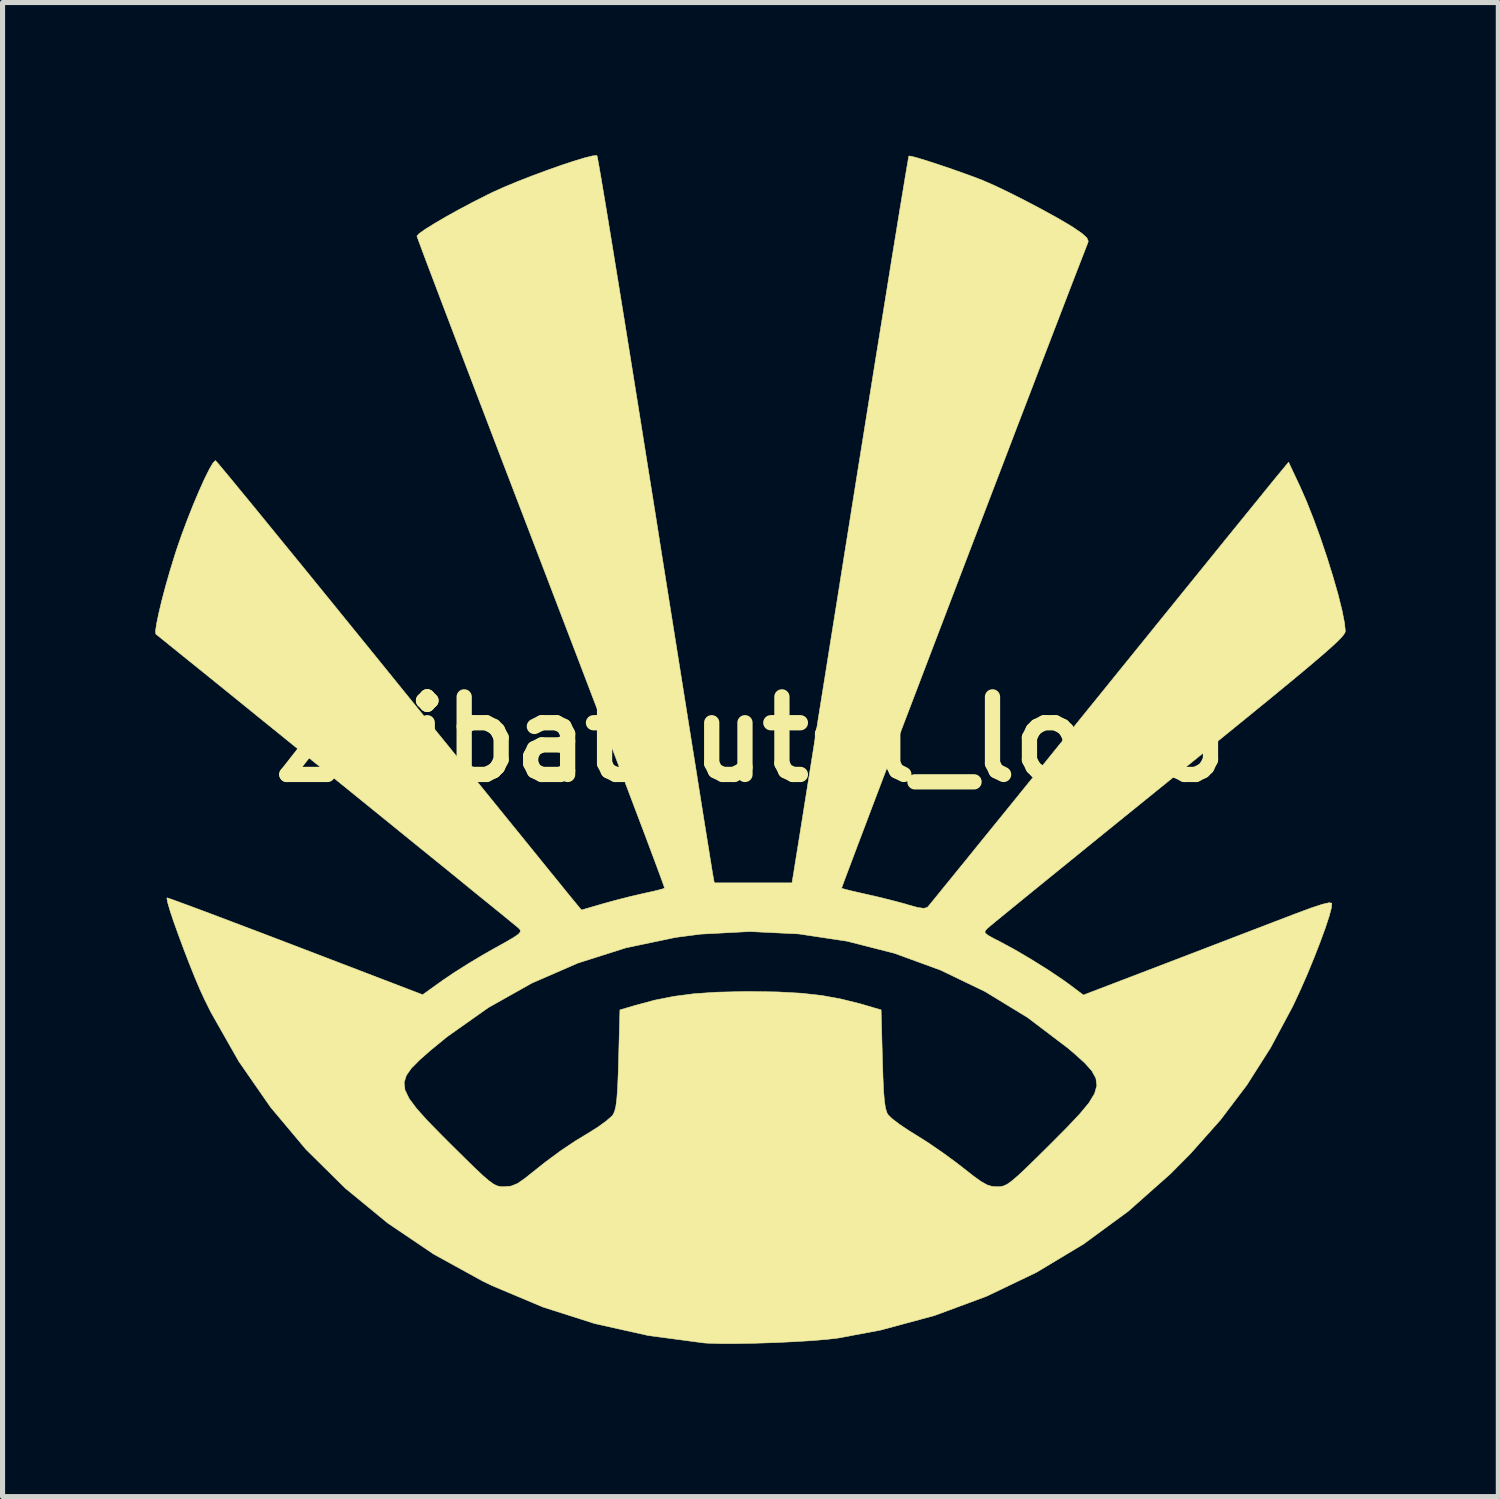
<source format=kicad_pcb>
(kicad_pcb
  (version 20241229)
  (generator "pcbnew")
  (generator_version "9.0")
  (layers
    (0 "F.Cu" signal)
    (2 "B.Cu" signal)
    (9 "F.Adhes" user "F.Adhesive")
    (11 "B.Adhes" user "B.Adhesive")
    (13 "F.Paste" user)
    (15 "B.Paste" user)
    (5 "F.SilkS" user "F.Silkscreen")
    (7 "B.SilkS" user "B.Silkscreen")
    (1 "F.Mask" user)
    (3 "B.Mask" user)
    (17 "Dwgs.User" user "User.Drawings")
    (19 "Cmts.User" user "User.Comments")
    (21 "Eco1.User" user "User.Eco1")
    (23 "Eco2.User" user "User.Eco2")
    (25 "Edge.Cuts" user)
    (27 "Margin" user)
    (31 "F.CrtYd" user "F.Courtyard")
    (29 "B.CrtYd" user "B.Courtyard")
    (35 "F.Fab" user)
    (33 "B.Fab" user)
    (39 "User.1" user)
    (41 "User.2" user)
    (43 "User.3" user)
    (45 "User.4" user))
  (footprint "zaibatsutel_logo"
    (layer "F.Cu")
    (at 11.692 11.473)
    (property "Reference" "zaibatsutel_logo" (at 0 0 0) (layer "F.SilkS") (effects (font (size 1.524 1.524) (thickness 0.3))))
    (attr through_hole)
    (fp_poly (pts (xy -3.016 -11.465) (xy -3.004 -11.412) (xy -2.977 -11.264) (xy -2.936 -11.027) (xy -2.882 -10.707) (xy -2.816 -10.31) (xy -2.739 -9.841) (xy -2.652 -9.306) (xy -2.555 -8.71) (xy -2.45 -8.061) (xy -2.338 -7.362) (xy -2.219 -6.621) (xy -2.095 -5.842) (xy -1.966 -5.032) (xy -1.874 -4.458) (xy -1.743 -3.627) (xy -1.615 -2.822) (xy -1.492 -2.05) (xy -1.375 -1.314) (xy -1.265 -0.623) (xy -1.163 0.019) (xy -1.069 0.605) (xy -0.986 1.131) (xy -0.913 1.589) (xy -0.851 1.974) (xy -0.802 2.28) (xy -0.766 2.502) (xy -0.745 2.633) (xy -0.739 2.667) (xy -0.711 2.819) (xy 0.815 2.819) (xy 0.823 2.77) (xy 0.847 2.626) (xy 0.884 2.393) (xy 0.935 2.077) (xy 0.998 1.683) (xy 1.072 1.216) (xy 1.157 0.683) (xy 1.252 0.089) (xy 1.355 -0.56) (xy 1.467 -1.258) (xy 1.585 -2.001) (xy 1.71 -2.782) (xy 1.839 -3.596) (xy 1.953 -4.308) (xy 2.086 -5.146) (xy 2.216 -5.956) (xy 2.34 -6.733) (xy 2.458 -7.47) (xy 2.57 -8.163) (xy 2.674 -8.806) (xy 2.768 -9.393) (xy 2.854 -9.918) (xy 2.928 -10.376) (xy 2.992 -10.761) (xy 3.042 -11.067) (xy 3.08 -11.289) (xy 3.103 -11.422) (xy 3.111 -11.459) (xy 3.165 -11.452) (xy 3.295 -11.417) (xy 3.483 -11.359) (xy 3.709 -11.285) (xy 3.954 -11.202) (xy 4.2 -11.115) (xy 4.427 -11.032) (xy 4.57 -10.976) (xy 4.794 -10.878) (xy 5.078 -10.742) (xy 5.393 -10.583) (xy 5.714 -10.414) (xy 6.011 -10.251) (xy 6.258 -10.107) (xy 6.341 -10.055) (xy 6.514 -9.936) (xy 6.607 -9.851) (xy 6.634 -9.786) (xy 6.629 -9.763) (xy 6.538 -9.527) (xy 6.418 -9.218) (xy 6.273 -8.843) (xy 6.106 -8.407) (xy 5.918 -7.918) (xy 5.712 -7.382) (xy 5.492 -6.806) (xy 5.258 -6.197) (xy 5.015 -5.56) (xy 4.764 -4.904) (xy 4.508 -4.234) (xy 4.249 -3.557) (xy 3.991 -2.88) (xy 3.735 -2.209) (xy 3.484 -1.551) (xy 3.241 -0.913) (xy 3.008 -0.302) (xy 2.788 0.277) (xy 2.583 0.816) (xy 2.396 1.308) (xy 2.23 1.748) (xy 2.086 2.128) (xy 1.968 2.442) (xy 1.877 2.683) (xy 1.817 2.844) (xy 1.79 2.919) (xy 1.789 2.924) (xy 1.843 2.941) (xy 1.974 2.974) (xy 2.16 3.017) (xy 2.288 3.046) (xy 2.546 3.105) (xy 2.812 3.172) (xy 3.04 3.233) (xy 3.098 3.251) (xy 3.286 3.303) (xy 3.403 3.319) (xy 3.469 3.302) (xy 3.485 3.288) (xy 3.524 3.241) (xy 3.623 3.12) (xy 3.777 2.93) (xy 3.982 2.678) (xy 4.234 2.368) (xy 4.527 2.006) (xy 4.859 1.597) (xy 5.225 1.146) (xy 5.619 0.659) (xy 6.039 0.14) (xy 6.479 -0.403) (xy 6.811 -0.813) (xy 7.268 -1.378) (xy 7.711 -1.925) (xy 8.135 -2.449) (xy 8.535 -2.943) (xy 8.908 -3.403) (xy 9.247 -3.822) (xy 9.549 -4.194) (xy 9.809 -4.514) (xy 10.022 -4.776) (xy 10.183 -4.975) (xy 10.288 -5.104) (xy 10.324 -5.148) (xy 10.569 -5.444) (xy 10.792 -4.97) (xy 10.923 -4.672) (xy 11.059 -4.328) (xy 11.195 -3.955) (xy 11.324 -3.572) (xy 11.441 -3.196) (xy 11.542 -2.844) (xy 11.619 -2.534) (xy 11.668 -2.285) (xy 11.684 -2.126) (xy 11.676 -2.096) (xy 11.65 -2.054) (xy 11.599 -1.995) (xy 11.521 -1.916) (xy 11.41 -1.813) (xy 11.262 -1.682) (xy 11.071 -1.519) (xy 10.834 -1.319) (xy 10.545 -1.08) (xy 10.2 -0.796) (xy 9.793 -0.464) (xy 9.322 -0.081) (xy 8.78 0.359) (xy 8.217 0.815) (xy 7.698 1.235) (xy 7.201 1.637) (xy 6.731 2.018) (xy 6.294 2.373) (xy 5.896 2.696) (xy 5.543 2.983) (xy 5.24 3.23) (xy 4.994 3.431) (xy 4.81 3.581) (xy 4.694 3.677) (xy 4.654 3.711) (xy 4.609 3.76) (xy 4.607 3.801) (xy 4.663 3.848) (xy 4.789 3.918) (xy 4.881 3.964) (xy 5.18 4.125) (xy 5.515 4.322) (xy 5.849 4.531) (xy 6.147 4.731) (xy 6.279 4.827) (xy 6.539 5.022) (xy 8.261 4.363) (xy 8.694 4.197) (xy 9.129 4.03) (xy 9.551 3.868) (xy 9.94 3.719) (xy 10.281 3.588) (xy 10.555 3.483) (xy 10.693 3.43) (xy 11.009 3.313) (xy 11.233 3.239) (xy 11.37 3.208) (xy 11.419 3.219) (xy 11.41 3.311) (xy 11.365 3.479) (xy 11.29 3.707) (xy 11.19 3.98) (xy 11.073 4.281) (xy 10.945 4.593) (xy 10.81 4.902) (xy 10.676 5.19) (xy 10.643 5.258) (xy 10.215 6.058) (xy 9.751 6.788) (xy 9.232 7.474) (xy 8.642 8.138) (xy 8.246 8.537) (xy 7.42 9.269) (xy 6.541 9.914) (xy 5.612 10.472) (xy 4.635 10.94) (xy 3.614 11.318) (xy 2.551 11.605) (xy 1.727 11.759) (xy 1.499 11.786) (xy 1.197 11.811) (xy 0.845 11.832) (xy 0.466 11.85) (xy 0.086 11.862) (xy -0.274 11.869) (xy -0.59 11.869) (xy -0.838 11.861) (xy -0.914 11.856) (xy -2.01 11.71) (xy -3.06 11.476) (xy -4.078 11.151) (xy -5.073 10.732) (xy -5.258 10.643) (xy -6.223 10.112) (xy -7.126 9.502) (xy -7.962 8.815) (xy -8.731 8.055) (xy -9.428 7.224) (xy -9.763 6.741) (xy -6.804 6.741) (xy -6.787 6.888) (xy -6.707 7.054) (xy -6.561 7.25) (xy -6.348 7.488) (xy -6.064 7.778) (xy -5.902 7.94) (xy -5.631 8.208) (xy -5.422 8.413) (xy -5.263 8.563) (xy -5.143 8.666) (xy -5.053 8.732) (xy -4.981 8.769) (xy -4.917 8.785) (xy -4.849 8.788) (xy -4.84 8.788) (xy -4.703 8.775) (xy -4.576 8.724) (xy -4.425 8.619) (xy -4.367 8.572) (xy -4.025 8.3) (xy -3.725 8.079) (xy -3.438 7.887) (xy -3.182 7.732) (xy -2.993 7.613) (xy -2.831 7.495) (xy -2.722 7.399) (xy -2.7 7.371) (xy -2.669 7.306) (xy -2.645 7.208) (xy -2.626 7.061) (xy -2.611 6.853) (xy -2.599 6.569) (xy -2.591 6.279) (xy -2.565 5.314) (xy -2.269 5.227) (xy -1.883 5.123) (xy -1.504 5.048) (xy -1.105 4.996) (xy -0.663 4.966) (xy -0.152 4.954) (xy 0 4.953) (xy 0.534 4.961) (xy 0.992 4.986) (xy 1.4 5.031) (xy 1.782 5.101) (xy 2.164 5.196) (xy 2.269 5.227) (xy 2.565 5.314) (xy 2.591 6.279) (xy 2.602 6.636) (xy 2.614 6.905) (xy 2.63 7.1) (xy 2.65 7.236) (xy 2.676 7.325) (xy 2.698 7.369) (xy 2.775 7.446) (xy 2.919 7.557) (xy 3.105 7.682) (xy 3.244 7.768) (xy 3.491 7.924) (xy 3.771 8.116) (xy 4.041 8.314) (xy 4.173 8.416) (xy 4.381 8.579) (xy 4.532 8.687) (xy 4.646 8.751) (xy 4.743 8.781) (xy 4.842 8.788) (xy 4.91 8.786) (xy 4.974 8.771) (xy 5.045 8.737) (xy 5.133 8.674) (xy 5.25 8.574) (xy 5.405 8.429) (xy 5.609 8.23) (xy 5.874 7.968) (xy 5.902 7.94) (xy 6.221 7.619) (xy 6.469 7.356) (xy 6.648 7.14) (xy 6.758 6.959) (xy 6.803 6.802) (xy 6.784 6.656) (xy 6.704 6.511) (xy 6.564 6.355) (xy 6.366 6.176) (xy 6.229 6.06) (xy 5.443 5.464) (xy 4.609 4.955) (xy 3.736 4.534) (xy 2.83 4.203) (xy 1.898 3.965) (xy 0.948 3.822) (xy -0.014 3.775) (xy -0.981 3.826) (xy -1.471 3.89) (xy -2.448 4.095) (xy -3.389 4.394) (xy -4.291 4.786) (xy -5.148 5.268) (xy -5.958 5.84) (xy -6.292 6.114) (xy -6.502 6.299) (xy -6.66 6.458) (xy -6.761 6.602) (xy -6.804 6.741) (xy -9.763 6.741) (xy -10.052 6.324) (xy -10.6 5.359) (xy -10.726 5.105) (xy -10.816 4.909) (xy -10.918 4.668) (xy -11.026 4.399) (xy -11.134 4.118) (xy -11.236 3.843) (xy -11.327 3.59) (xy -11.399 3.375) (xy -11.446 3.214) (xy -11.464 3.125) (xy -11.461 3.113) (xy -11.412 3.128) (xy -11.277 3.176) (xy -11.065 3.254) (xy -10.785 3.358) (xy -10.445 3.486) (xy -10.054 3.634) (xy -9.621 3.798) (xy -9.155 3.976) (xy -8.943 4.057) (xy -6.44 5.016) (xy -6.035 4.726) (xy -5.822 4.582) (xy -5.555 4.413) (xy -5.272 4.243) (xy -5.047 4.115) (xy -4.811 3.984) (xy -4.652 3.891) (xy -4.559 3.827) (xy -4.52 3.781) (xy -4.523 3.744) (xy -4.556 3.706) (xy -4.603 3.667) (xy -4.722 3.57) (xy -4.906 3.419) (xy -5.149 3.222) (xy -5.444 2.983) (xy -5.782 2.707) (xy -6.159 2.401) (xy -6.567 2.071) (xy -6.999 1.72) (xy -7.448 1.356) (xy -7.907 0.984) (xy -8.37 0.609) (xy -8.83 0.237) (xy -9.279 -0.127) (xy -9.712 -0.477) (xy -10.12 -0.808) (xy -10.497 -1.113) (xy -10.837 -1.388) (xy -11.133 -1.626) (xy -11.377 -1.823) (xy -11.562 -1.973) (xy -11.681 -2.068) (xy -11.687 -2.13) (xy -11.666 -2.272) (xy -11.623 -2.479) (xy -11.562 -2.735) (xy -11.486 -3.022) (xy -11.399 -3.325) (xy -11.306 -3.627) (xy -11.277 -3.718) (xy -11.175 -4.013) (xy -11.062 -4.315) (xy -10.945 -4.611) (xy -10.829 -4.885) (xy -10.721 -5.124) (xy -10.628 -5.311) (xy -10.556 -5.433) (xy -10.511 -5.476) (xy -10.509 -5.475) (xy -10.472 -5.435) (xy -10.375 -5.32) (xy -10.223 -5.137) (xy -10.02 -4.89) (xy -9.769 -4.585) (xy -9.476 -4.226) (xy -9.144 -3.819) (xy -8.777 -3.37) (xy -8.38 -2.882) (xy -7.957 -2.361) (xy -7.512 -1.813) (xy -7.049 -1.242) (xy -7.039 -1.229) (xy -6.573 -0.654) (xy -6.123 -0.099) (xy -5.693 0.431) (xy -5.288 0.931) (xy -4.913 1.394) (xy -4.57 1.816) (xy -4.266 2.191) (xy -4.004 2.515) (xy -3.788 2.78) (xy -3.624 2.983) (xy -3.515 3.117) (xy -3.465 3.178) (xy -3.321 3.352) (xy -2.887 3.226) (xy -2.629 3.155) (xy -2.35 3.084) (xy -2.106 3.028) (xy -2.08 3.022) (xy -1.898 2.982) (xy -1.759 2.947) (xy -1.69 2.925) (xy -1.687 2.924) (xy -1.703 2.875) (xy -1.753 2.736) (xy -1.835 2.514) (xy -1.947 2.214) (xy -2.087 1.84) (xy -2.254 1.4) (xy -2.444 0.897) (xy -2.656 0.338) (xy -2.888 -0.271) (xy -3.138 -0.926) (xy -3.403 -1.621) (xy -3.682 -2.35) (xy -3.972 -3.108) (xy -4.11 -3.469) (xy -4.405 -4.239) (xy -4.69 -4.983) (xy -4.963 -5.696) (xy -5.221 -6.372) (xy -5.463 -7.005) (xy -5.686 -7.59) (xy -5.888 -8.121) (xy -6.068 -8.594) (xy -6.222 -9.001) (xy -6.35 -9.338) (xy -6.448 -9.6) (xy -6.515 -9.781) (xy -6.549 -9.874) (xy -6.553 -9.887) (xy -6.509 -9.935) (xy -6.39 -10.019) (xy -6.209 -10.132) (xy -5.982 -10.265) (xy -5.724 -10.408) (xy -5.449 -10.554) (xy -5.172 -10.694) (xy -5.066 -10.746) (xy -4.844 -10.846) (xy -4.582 -10.955) (xy -4.298 -11.066) (xy -4.007 -11.174) (xy -3.726 -11.274) (xy -3.471 -11.358) (xy -3.257 -11.423) (xy -3.102 -11.461) (xy -3.022 -11.468) (xy -3.016 -11.465)) (stroke (width 0.01) (type solid)) (fill yes) (layer "F.SilkS")))
  (gr_rect
    (start -3 -3)
    (end 26.381 26.347)
    (stroke (width 0.1) (type default))
    (fill no)
    (layer "Edge.Cuts")))
</source>
